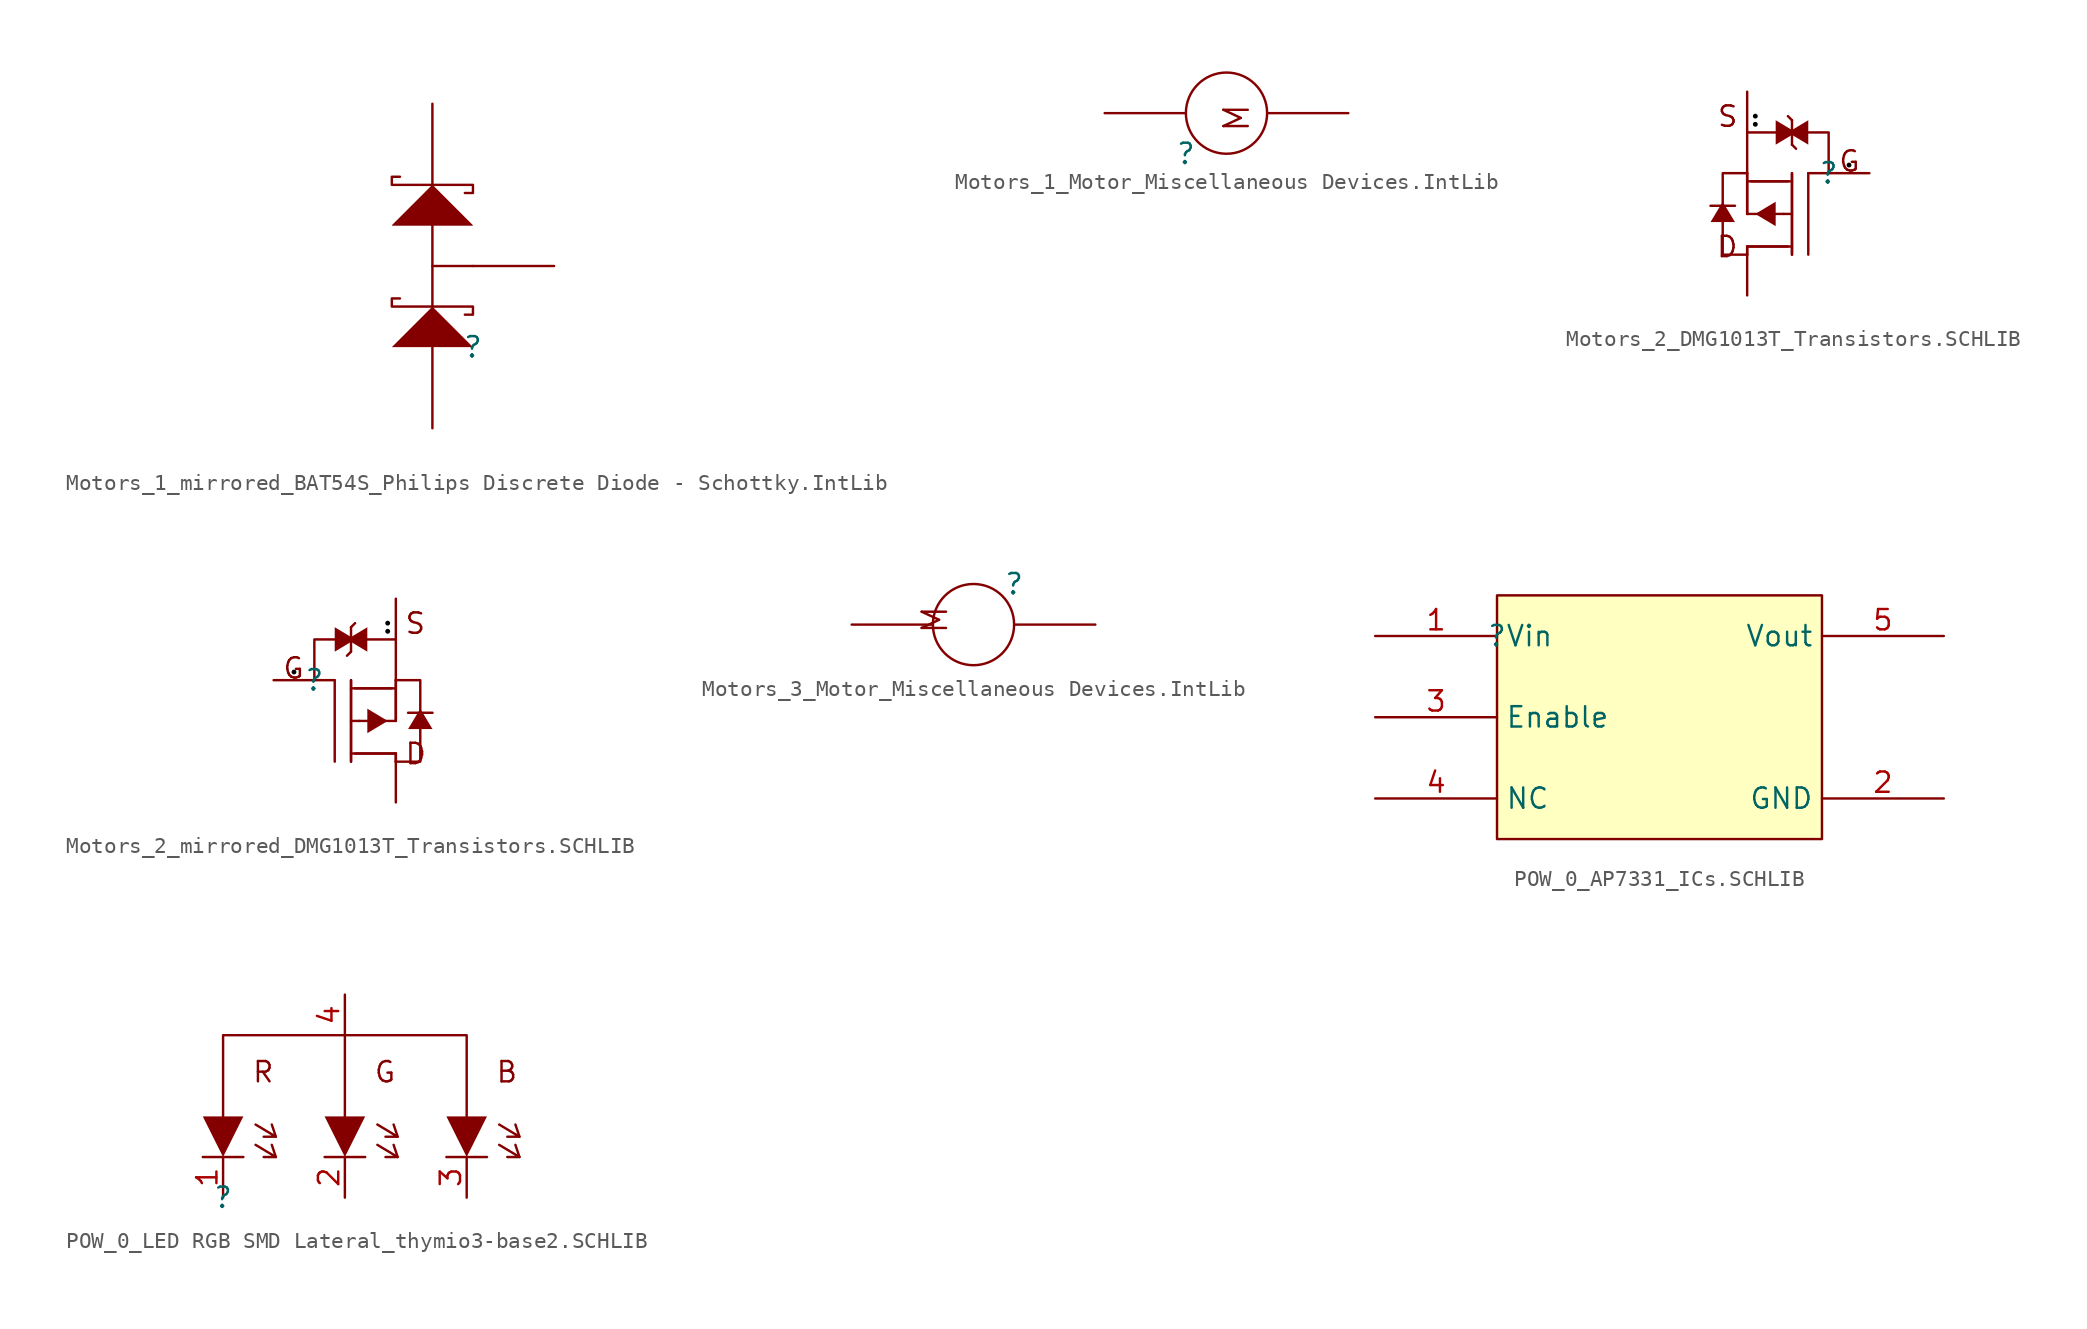
<source format=kicad_sym>
(kicad_symbol_lib
  (version 20241209)
  (generator "kicad_symbol_editor")
  (generator_version "9.0")
  (symbol "Motors_1_mirrored_BAT54S_Philips Discrete Diode - Schottky.IntLib"
    (pin_numbers
      (hide yes))
    (pin_names
      (hide yes))
    (property "Reference" ""
      (at 0 0 0)
      (effects (font (size 1.27 1.27))))
    (property "Value" ""
      (at 0 0 0)
      (effects (font (size 1.27 1.27))))
    (symbol "Motors_1_mirrored_BAT54S_Philips Discrete Diode - Schottky.IntLib_1_0"
      (polyline (pts (xy -5.08 7.62) (xy -2.54 10.16) (xy 0 7.62) (xy -5.08 7.62)) (stroke (width -0.0001) (type solid)) (fill (type outline)))
      (polyline (pts (xy -5.08 7.62) (xy -2.54 10.16) (xy 0 7.62) (xy -5.08 7.62)) (stroke (width -0.0001) (type solid)) (fill (type outline)))
      (polyline (pts (xy -5.08 0) (xy -2.54 2.54) (xy 0 0) (xy -5.08 0)) (stroke (width -0.0001) (type solid)) (fill (type outline)))
      (polyline (pts (xy -4.572 10.668) (xy -5.08 10.668) (xy -5.08 10.16) (xy 0 10.16) (xy 0 9.652) (xy -0.508 9.652)) (stroke (width 0) (type solid)) (fill (type none)))
      (polyline (pts (xy -4.572 3.048) (xy -5.08 3.048) (xy -5.08 2.54) (xy 0 2.54) (xy 0 2.032) (xy -0.508 2.032)) (stroke (width 0) (type solid)) (fill (type none)))
      (polyline (pts (xy -2.54 2.54) (xy -2.54 7.62)) (stroke (width 0) (type solid)) (fill (type none)))
      (polyline (pts (xy 0 5.08) (xy -2.54 5.08)) (stroke (width 0) (type solid)) (fill (type none)))
      (pin passive line (at -2.54 15.24 270) (length 5.08) (name "K" (effects (font (size 1.27 1.27)))) (number "2" (effects (font (size 1.27 1.27)))))
      (pin passive line (at -2.54 -5.08 90) (length 5.08) (name "A" (effects (font (size 1.27 1.27)))) (number "1" (effects (font (size 1.27 1.27)))))
      (pin passive line (at 5.08 5.08 180) (length 5.08) (name "C" (effects (font (size 1.27 1.27)))) (number "3" (effects (font (size 1.27 1.27)))))))
  (symbol "Motors_1_Motor_Miscellaneous Devices.IntLib"
    (pin_numbers
      (hide yes))
    (pin_names
      (hide yes))
    (property "Reference" ""
      (at 0 0 0)
      (effects (font (size 1.27 1.27))))
    (property "Value" ""
      (at 0 0 0)
      (effects (font (size 1.27 1.27))))
    (symbol "Motors_1_Motor_Miscellaneous Devices.IntLib_1_0"
      (circle (center 2.54 2.54) (radius 2.54) (stroke (width 0) (type solid)) (fill (type none)))
      (text "M" (at 4.064 1.27 900) (effects (font (size 1.524 1.524)) (justify left bottom)))
      (pin passive line (at -5.08 2.54 0) (length 5.08) (name "1" (effects (font (size 1.27 1.27)))) (number "1" (effects (font (size 1.27 1.27)))))
      (pin passive line (at 10.16 2.54 180) (length 5.08) (name "2" (effects (font (size 1.27 1.27)))) (number "2" (effects (font (size 1.27 1.27)))))))
  (symbol "Motors_2_DMG1013T_Transistors.SCHLIB"
    (pin_numbers
      (hide yes))
    (pin_names
      (hide yes))
    (property "Reference" ""
      (at 0 0 0)
      (effects (font (size 1.27 1.27))))
    (property "Value" ""
      (at 0 0 0)
      (effects (font (size 1.27 1.27))))
    (symbol "Motors_2_DMG1013T_Transistors.SCHLIB_1_0"
      (polyline (pts (xy -5.842 -2.032) (xy -7.366 -2.032)) (stroke (width 0) (type solid)) (fill (type none)))
      (polyline (pts (xy -5.842 -3.048) (xy -6.604 -1.778) (xy -7.366 -3.048) (xy -5.842 -3.048)) (stroke (width -0.0001) (type solid)) (fill (type outline)))
      (polyline (pts (xy -5.08 0) (xy -6.604 0) (xy -6.604 -5.08) (xy -5.08 -5.08)) (stroke (width 0) (type solid)) (fill (type none)))
      (polyline (pts (xy -5.08 -2.54) (xy -5.08 0)) (stroke (width 0) (type solid)) (fill (type none)))
      (polyline (pts (xy -5.08 -2.54) (xy -5.08 0)) (stroke (width 0) (type solid)) (fill (type none)))
      (polyline (pts (xy -5.08 -2.54) (xy -2.794 -2.54)) (stroke (width 0) (type solid)) (fill (type none)))
      (polyline (pts (xy -5.08 -4.572) (xy -2.54 -4.572)) (stroke (width 0) (type solid)) (fill (type none)))
      (polyline (pts (xy -5.08 -4.572) (xy -2.286 -4.572)) (stroke (width 0) (type solid)) (fill (type none)))
      (polyline (pts (xy -5.08 -5.08) (xy -5.08 -4.572)) (stroke (width 0) (type solid)) (fill (type none)))
      (polyline (pts (xy -5.08 -5.08) (xy -5.08 -4.572)) (stroke (width 0) (type solid)) (fill (type none)))
      (circle (center -4.572 3.556) (radius 0.152) (stroke (width -0.0001) (type solid) (color 0 0 0 1)) (fill (type outline)))
      (circle (center -4.572 3.048) (radius 0.152) (stroke (width -0.0001) (type solid) (color 0 0 0 1)) (fill (type outline)))
      (polyline (pts (xy -3.302 1.778) (xy -2.032 2.54) (xy -3.302 3.302) (xy -3.302 1.778)) (stroke (width -0.0001) (type solid)) (fill (type outline)))
      (polyline (pts (xy -3.302 -1.778) (xy -4.572 -2.54) (xy -3.302 -3.302) (xy -3.302 -1.778)) (stroke (width -0.0001) (type solid)) (fill (type outline)))
      (polyline (pts (xy -2.794 -2.54) (xy -2.286 -2.54)) (stroke (width 0) (type solid)) (fill (type none)))
      (polyline (pts (xy -2.54 -0.508) (xy -4.826 -0.508)) (stroke (width 0) (type solid)) (fill (type none)))
      (polyline (pts (xy -2.286 3.302) (xy -2.54 3.556)) (stroke (width 0) (type solid)) (fill (type none)))
      (polyline (pts (xy -2.286 1.778) (xy -2.286 3.302)) (stroke (width 0) (type solid)) (fill (type none)))
      (polyline (pts (xy -2.286 1.778) (xy -2.032 1.524)) (stroke (width 0) (type solid)) (fill (type none)))
      (polyline (pts (xy -2.286 -0.508) (xy -5.08 -0.508)) (stroke (width 0) (type solid)) (fill (type none)))
      (polyline (pts (xy -2.286 -5.08) (xy -2.286 0)) (stroke (width 0) (type solid)) (fill (type none)))
      (polyline (pts (xy -2.286 -5.08) (xy -2.286 0)) (stroke (width 0) (type solid)) (fill (type none)))
      (polyline (pts (xy -1.27 3.302) (xy -2.54 2.54) (xy -1.27 1.778) (xy -1.27 3.302)) (stroke (width -0.0001) (type solid)) (fill (type outline)))
      (polyline (pts (xy -1.27 0) (xy -1.27 -5.08)) (stroke (width 0) (type solid)) (fill (type none)))
      (polyline (pts (xy 0 0) (xy -1.27 0)) (stroke (width 0) (type solid)) (fill (type none)))
      (polyline (pts (xy 0 0) (xy 0 2.54) (xy -5.08 2.54) (xy -5.08 0)) (stroke (width 0) (type solid)) (fill (type none)))
      (circle (center 1.27 0.508) (radius 0.152) (stroke (width -0.0001) (type solid) (color 0 0 0 1)) (fill (type outline)))
      (text "S" (at -5.588 2.794 0) (effects (font (size 1.27 1.27)) (justify right bottom)))
      (text "D" (at -5.588 -5.334 0) (effects (font (size 1.27 1.27)) (justify right bottom)))
      (text "G" (at 2.032 0 0) (effects (font (size 1.27 1.27)) (justify right bottom)))
      (pin passive line (at -5.08 5.08 270) (length 2.54) (name "S" (effects (font (size 1.27 1.27)))) (number "2" (effects (font (size 1.27 1.27)))))
      (pin passive line (at -5.08 -7.62 90) (length 2.54) (name "D" (effects (font (size 1.27 1.27)))) (number "3" (effects (font (size 1.27 1.27)))))
      (pin passive line (at 2.54 0 180) (length 2.54) (name "G" (effects (font (size 1.27 1.27)))) (number "1" (effects (font (size 1.27 1.27)))))))
  (symbol "Motors_2_mirrored_DMG1013T_Transistors.SCHLIB"
    (pin_numbers
      (hide yes))
    (pin_names
      (hide yes))
    (property "Reference" ""
      (at 0 0 0)
      (effects (font (size 1.27 1.27))))
    (property "Value" ""
      (at 0 0 0)
      (effects (font (size 1.27 1.27))))
    (symbol "Motors_2_mirrored_DMG1013T_Transistors.SCHLIB_1_0"
      (circle (center -1.27 0.508) (radius 0.152) (stroke (width -0.0001) (type solid) (color 0 0 0 1)) (fill (type outline)))
      (polyline (pts (xy 0 0) (xy 1.27 0)) (stroke (width 0) (type solid)) (fill (type none)))
      (polyline (pts (xy 0 0) (xy 0 2.54) (xy 5.08 2.54) (xy 5.08 0)) (stroke (width 0) (type solid)) (fill (type none)))
      (polyline (pts (xy 1.27 3.302) (xy 2.54 2.54) (xy 1.27 1.778) (xy 1.27 3.302)) (stroke (width -0.0001) (type solid)) (fill (type outline)))
      (polyline (pts (xy 1.27 0) (xy 1.27 -5.08)) (stroke (width 0) (type solid)) (fill (type none)))
      (polyline (pts (xy 2.286 3.302) (xy 2.54 3.556)) (stroke (width 0) (type solid)) (fill (type none)))
      (polyline (pts (xy 2.286 1.778) (xy 2.032 1.524)) (stroke (width 0) (type solid)) (fill (type none)))
      (polyline (pts (xy 2.286 1.778) (xy 2.286 3.302)) (stroke (width 0) (type solid)) (fill (type none)))
      (polyline (pts (xy 2.286 -0.508) (xy 5.08 -0.508)) (stroke (width 0) (type solid)) (fill (type none)))
      (polyline (pts (xy 2.286 -5.08) (xy 2.286 0)) (stroke (width 0) (type solid)) (fill (type none)))
      (polyline (pts (xy 2.286 -5.08) (xy 2.286 0)) (stroke (width 0) (type solid)) (fill (type none)))
      (polyline (pts (xy 2.54 -0.508) (xy 4.826 -0.508)) (stroke (width 0) (type solid)) (fill (type none)))
      (polyline (pts (xy 2.794 -2.54) (xy 2.286 -2.54)) (stroke (width 0) (type solid)) (fill (type none)))
      (polyline (pts (xy 3.302 1.778) (xy 2.032 2.54) (xy 3.302 3.302) (xy 3.302 1.778)) (stroke (width -0.0001) (type solid)) (fill (type outline)))
      (polyline (pts (xy 3.302 -1.778) (xy 4.572 -2.54) (xy 3.302 -3.302) (xy 3.302 -1.778)) (stroke (width -0.0001) (type solid)) (fill (type outline)))
      (circle (center 4.572 3.556) (radius 0.152) (stroke (width -0.0001) (type solid) (color 0 0 0 1)) (fill (type outline)))
      (circle (center 4.572 3.048) (radius 0.152) (stroke (width -0.0001) (type solid) (color 0 0 0 1)) (fill (type outline)))
      (polyline (pts (xy 5.08 0) (xy 6.604 0) (xy 6.604 -5.08) (xy 5.08 -5.08)) (stroke (width 0) (type solid)) (fill (type none)))
      (polyline (pts (xy 5.08 -2.54) (xy 2.794 -2.54)) (stroke (width 0) (type solid)) (fill (type none)))
      (polyline (pts (xy 5.08 -2.54) (xy 5.08 0)) (stroke (width 0) (type solid)) (fill (type none)))
      (polyline (pts (xy 5.08 -2.54) (xy 5.08 0)) (stroke (width 0) (type solid)) (fill (type none)))
      (polyline (pts (xy 5.08 -4.572) (xy 2.286 -4.572)) (stroke (width 0) (type solid)) (fill (type none)))
      (polyline (pts (xy 5.08 -4.572) (xy 2.54 -4.572)) (stroke (width 0) (type solid)) (fill (type none)))
      (polyline (pts (xy 5.08 -5.08) (xy 5.08 -4.572)) (stroke (width 0) (type solid)) (fill (type none)))
      (polyline (pts (xy 5.08 -5.08) (xy 5.08 -4.572)) (stroke (width 0) (type solid)) (fill (type none)))
      (polyline (pts (xy 5.842 -2.032) (xy 7.366 -2.032)) (stroke (width 0) (type solid)) (fill (type none)))
      (polyline (pts (xy 5.842 -3.048) (xy 6.604 -1.778) (xy 7.366 -3.048) (xy 5.842 -3.048)) (stroke (width -0.0001) (type solid)) (fill (type outline)))
      (text "G" (at -2.032 0 0) (effects (font (size 1.27 1.27)) (justify left bottom)))
      (text "S" (at 5.588 2.794 0) (effects (font (size 1.27 1.27)) (justify left bottom)))
      (text "D" (at 5.588 -5.334 0) (effects (font (size 1.27 1.27)) (justify left bottom)))
      (pin passive line (at -2.54 0 0) (length 2.54) (name "G" (effects (font (size 1.27 1.27)))) (number "1" (effects (font (size 1.27 1.27)))))
      (pin passive line (at 5.08 5.08 270) (length 2.54) (name "S" (effects (font (size 1.27 1.27)))) (number "2" (effects (font (size 1.27 1.27)))))
      (pin passive line (at 5.08 -7.62 90) (length 2.54) (name "D" (effects (font (size 1.27 1.27)))) (number "3" (effects (font (size 1.27 1.27)))))))
  (symbol "Motors_3_Motor_Miscellaneous Devices.IntLib"
    (pin_numbers
      (hide yes))
    (pin_names
      (hide yes))
    (property "Reference" ""
      (at 0 0 0)
      (effects (font (size 1.27 1.27))))
    (property "Value" ""
      (at 0 0 0)
      (effects (font (size 1.27 1.27))))
    (symbol "Motors_3_Motor_Miscellaneous Devices.IntLib_1_0"
      (circle (center -2.54 -2.54) (radius 2.54) (stroke (width 0) (type solid)) (fill (type none)))
      (text "M" (at -4.064 -1.27 900) (effects (font (size 1.524 1.524)) (justify right bottom)))
      (pin passive line (at -10.16 -2.54 0) (length 5.08) (name "2" (effects (font (size 1.27 1.27)))) (number "2" (effects (font (size 1.27 1.27)))))
      (pin passive line (at 5.08 -2.54 180) (length 5.08) (name "1" (effects (font (size 1.27 1.27)))) (number "1" (effects (font (size 1.27 1.27)))))))
  (symbol "POW_0_AP7331_ICs.SCHLIB"
    (property "Reference" ""
      (at 0 0 0)
      (effects (font (size 1.27 1.27))))
    (property "Value" ""
      (at 0 0 0)
      (effects (font (size 1.27 1.27))))
    (symbol "POW_0_AP7331_ICs.SCHLIB_1_0"
      (rectangle (start 20.32 2.54) (end 0 -12.7) (stroke (width 0) (type solid) (color 128 0 0 1)) (fill (type background)))
      (pin power_in line (at -7.62 0 0) (length 7.62) (name "Vin" (effects (font (size 1.27 1.27)))) (number "1" (effects (font (size 1.27 1.27)))))
      (pin input line (at -7.62 -5.08 0) (length 7.62) (name "Enable" (effects (font (size 1.27 1.27)))) (number "3" (effects (font (size 1.27 1.27)))))
      (pin passive line (at -7.62 -10.16 0) (length 7.62) (name "NC" (effects (font (size 1.27 1.27)))) (number "4" (effects (font (size 1.27 1.27)))))
      (pin power_in line (at 27.94 0 180) (length 7.62) (name "Vout" (effects (font (size 1.27 1.27)))) (number "5" (effects (font (size 1.27 1.27)))))
      (pin power_in line (at 27.94 -10.16 180) (length 7.62) (name "GND" (effects (font (size 1.27 1.27)))) (number "2" (effects (font (size 1.27 1.27)))))))
  (symbol "POW_0_LED RGB SMD Lateral_thymio3-base2.SCHLIB"
    (pin_names
      (hide yes))
    (property "Reference" ""
      (at 0 0 0)
      (effects (font (size 1.27 1.27))))
    (property "Value" ""
      (at 0 0 0)
      (effects (font (size 1.27 1.27))))
    (symbol "POW_0_LED RGB SMD Lateral_thymio3-base2.SCHLIB_1_0"
      (polyline (pts (xy -1.27 5.08) (xy 1.27 5.08) (xy 0 2.54) (xy -1.27 5.08)) (stroke (width -0.0001) (type solid)) (fill (type outline)))
      (polyline (pts (xy -1.27 2.54) (xy 1.27 2.54)) (stroke (width 0) (type solid)) (fill (type none)))
      (polyline (pts (xy 0 5.08) (xy 0 10.16) (xy 7.62 10.16) (xy 7.62 5.08) (xy 7.62 10.16) (xy 15.24 10.16) (xy 15.24 5.08)) (stroke (width 0) (type solid)) (fill (type none)))
      (polyline (pts (xy 2.032 4.572) (xy 3.302 3.81) (xy 2.54 3.81)) (stroke (width 0) (type solid)) (fill (type none)))
      (polyline (pts (xy 2.032 3.302) (xy 3.302 2.54) (xy 2.54 2.54)) (stroke (width 0) (type solid)) (fill (type none)))
      (polyline (pts (xy 3.302 3.81) (xy 3.048 4.572)) (stroke (width 0) (type solid)) (fill (type none)))
      (polyline (pts (xy 3.302 2.54) (xy 3.048 3.302)) (stroke (width 0) (type solid)) (fill (type none)))
      (polyline (pts (xy 6.35 5.08) (xy 8.89 5.08) (xy 7.62 2.54) (xy 6.35 5.08)) (stroke (width -0.0001) (type solid)) (fill (type outline)))
      (polyline (pts (xy 6.35 2.54) (xy 8.89 2.54)) (stroke (width 0) (type solid)) (fill (type none)))
      (polyline (pts (xy 9.652 4.572) (xy 10.922 3.81) (xy 10.16 3.81)) (stroke (width 0) (type solid)) (fill (type none)))
      (polyline (pts (xy 9.652 3.302) (xy 10.922 2.54) (xy 10.16 2.54)) (stroke (width 0) (type solid)) (fill (type none)))
      (polyline (pts (xy 10.922 3.81) (xy 10.668 4.572)) (stroke (width 0) (type solid)) (fill (type none)))
      (polyline (pts (xy 10.922 2.54) (xy 10.668 3.302)) (stroke (width 0) (type solid)) (fill (type none)))
      (polyline (pts (xy 13.97 5.08) (xy 16.51 5.08) (xy 15.24 2.54) (xy 13.97 5.08)) (stroke (width -0.0001) (type solid)) (fill (type outline)))
      (polyline (pts (xy 13.97 2.54) (xy 16.51 2.54)) (stroke (width 0) (type solid)) (fill (type none)))
      (polyline (pts (xy 17.272 4.572) (xy 18.542 3.81) (xy 17.78 3.81)) (stroke (width 0) (type solid)) (fill (type none)))
      (polyline (pts (xy 17.272 3.302) (xy 18.542 2.54) (xy 17.78 2.54)) (stroke (width 0) (type solid)) (fill (type none)))
      (polyline (pts (xy 18.542 3.81) (xy 18.288 4.572)) (stroke (width 0) (type solid)) (fill (type none)))
      (polyline (pts (xy 18.542 2.54) (xy 18.288 3.302)) (stroke (width 0) (type solid)) (fill (type none)))
      (text "R" (at 1.778 7.112 0) (effects (font (size 1.27 1.27)) (justify left bottom)))
      (text "G" (at 9.398 7.112 0) (effects (font (size 1.27 1.27)) (justify left bottom)))
      (text "B" (at 17.018 7.112 0) (effects (font (size 1.27 1.27)) (justify left bottom)))
      (pin passive line (at 0 0 90) (length 2.54) (name "Kb" (effects (font (size 1.27 1.27)))) (number "1" (effects (font (size 1.27 1.27)))))
      (pin passive line (at 7.62 12.7 270) (length 2.54) (name "Kr" (effects (font (size 1.27 1.27)))) (number "4" (effects (font (size 1.27 1.27)))))
      (pin passive line (at 7.62 0 90) (length 2.54) (name "Kg" (effects (font (size 1.27 1.27)))) (number "2" (effects (font (size 1.27 1.27)))))
      (pin passive line (at 15.24 0 90) (length 2.54) (name "Kr" (effects (font (size 1.27 1.27)))) (number "3" (effects (font (size 1.27 1.27))))))))
</source>
